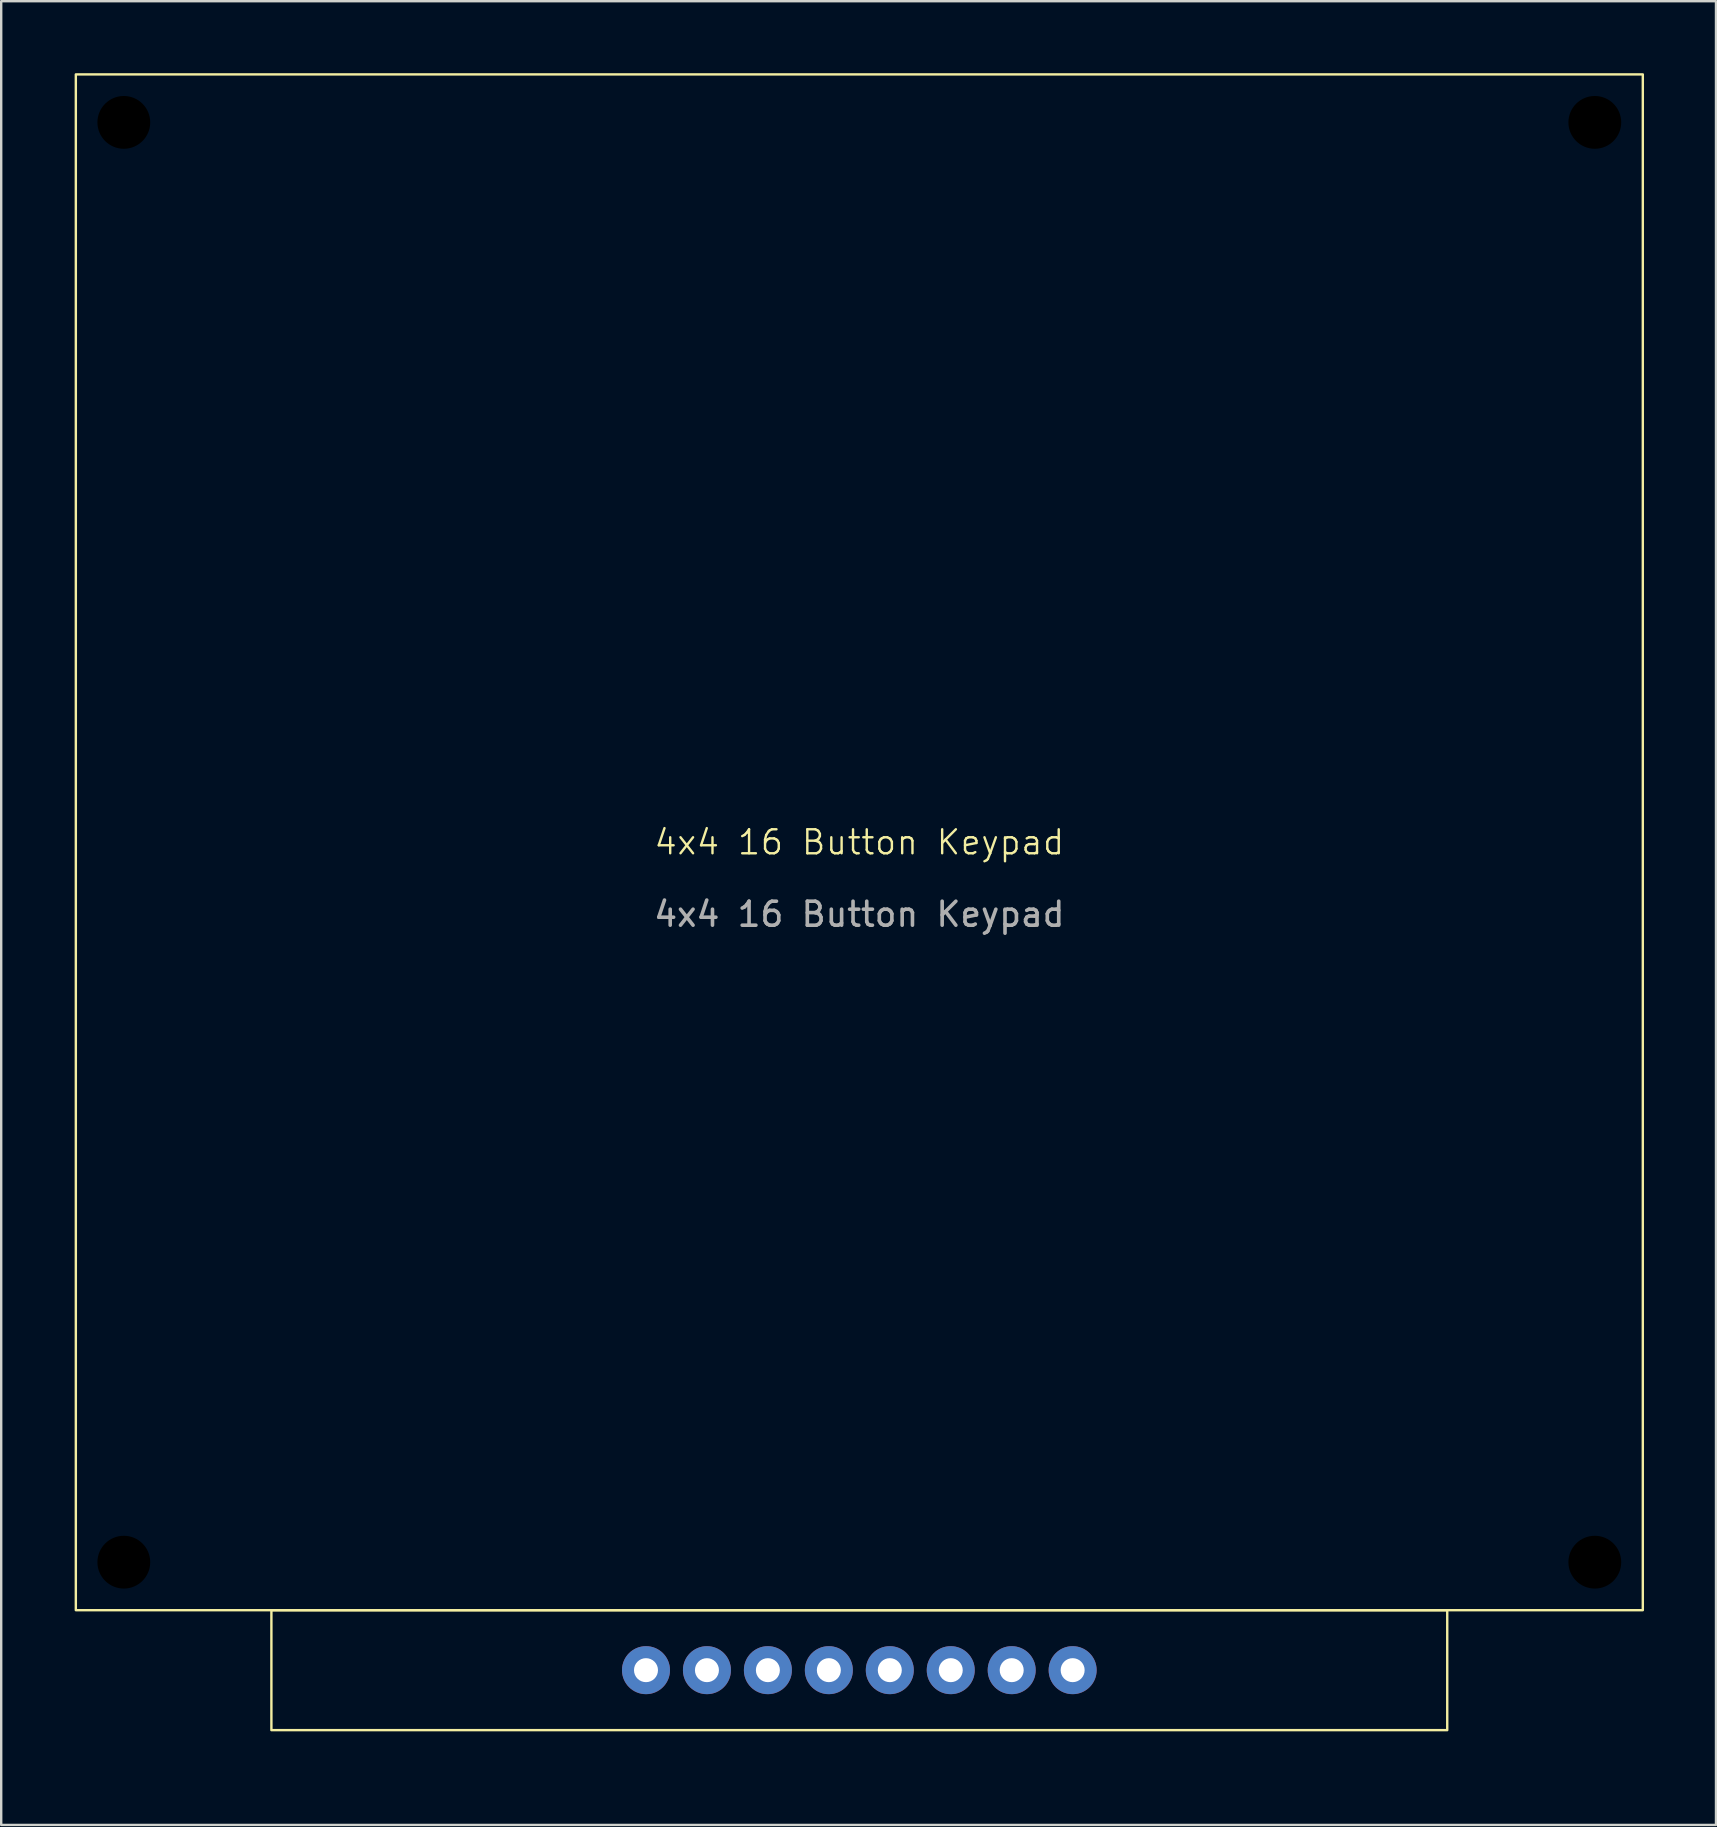
<source format=kicad_pcb>
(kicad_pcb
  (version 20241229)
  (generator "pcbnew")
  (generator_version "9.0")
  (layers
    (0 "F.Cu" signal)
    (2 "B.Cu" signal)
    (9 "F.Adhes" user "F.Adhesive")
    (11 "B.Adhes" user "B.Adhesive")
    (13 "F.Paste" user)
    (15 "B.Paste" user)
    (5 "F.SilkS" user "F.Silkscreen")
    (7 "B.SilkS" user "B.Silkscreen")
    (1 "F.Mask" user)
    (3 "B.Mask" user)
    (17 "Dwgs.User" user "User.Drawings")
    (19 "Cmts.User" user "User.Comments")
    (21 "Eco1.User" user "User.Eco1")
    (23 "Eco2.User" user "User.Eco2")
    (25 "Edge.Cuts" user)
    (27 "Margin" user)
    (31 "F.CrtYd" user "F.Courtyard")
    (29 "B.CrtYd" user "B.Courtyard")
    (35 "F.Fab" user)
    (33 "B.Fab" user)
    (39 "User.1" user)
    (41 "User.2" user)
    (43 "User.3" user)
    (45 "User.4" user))
  (footprint "4x4 16 Button Keypad"
    (layer "F.Cu")
    (at 0.25 69.75)
    (property "Reference" "4x4 16 Button Keypad" (at 32.51 -37.7 0) (unlocked yes) (layer "F.SilkS") (effects (font (size 1 1) (thickness 0.1))))
    (attr smd)
    (fp_rect (start -0.14 -69.7) (end 65.16 -5.7) (stroke (width 0.1) (type solid)) (fill no) (layer "F.SilkS"))
    (fp_rect (start 8.01 -5.7) (end 57.01 -0.7) (stroke (width 0.1) (type solid)) (fill no) (layer "F.SilkS"))
    (fp_text user "${REFERENCE}" (at 32.51 -34.7 0) (unlocked yes) (layer "F.Fab") (effects (font (size 1 1) (thickness 0.15))))
    (pad "" np_thru_hole circle (at 1.86 -67.7) (size 4 4) (drill 2.2) (layers "*.Mask"))
    (pad "" np_thru_hole circle (at 1.86 -7.7) (size 4 4) (drill 2.2) (layers "*.Mask"))
    (pad "" np_thru_hole circle (at 63.16 -67.7) (size 4 4) (drill 2.2) (layers "*.Mask"))
    (pad "" np_thru_hole circle (at 63.16 -7.7) (size 4 4) (drill 2.2) (layers "*.Mask"))
    (pad "1" thru_hole circle (at 23.62 -3.2) (size 2 2) (drill 1) (layers "*.Cu" "*.Mask"))
    (pad "2" thru_hole circle (at 26.16 -3.2) (size 2 2) (drill 1) (layers "*.Cu" "*.Mask"))
    (pad "3" thru_hole circle (at 28.7 -3.2) (size 2 2) (drill 1) (layers "*.Cu" "*.Mask"))
    (pad "4" thru_hole circle (at 31.24 -3.2) (size 2 2) (drill 1) (layers "*.Cu" "*.Mask"))
    (pad "5" thru_hole circle (at 33.78 -3.2) (size 2 2) (drill 1) (layers "*.Cu" "*.Mask"))
    (pad "6" thru_hole circle (at 36.32 -3.2) (size 2 2) (drill 1) (layers "*.Cu" "*.Mask"))
    (pad "7" thru_hole circle (at 38.86 -3.2) (size 2 2) (drill 1) (layers "*.Cu" "*.Mask"))
    (pad "8" thru_hole circle (at 41.4 -3.2) (size 2 2) (drill 1) (layers "*.Cu" "*.Mask")))
  (gr_rect
    (start -3 -3)
    (end 68.46 73)
    (stroke (width 0.1) (type default))
    (fill no)
    (layer "Edge.Cuts")))
</source>
